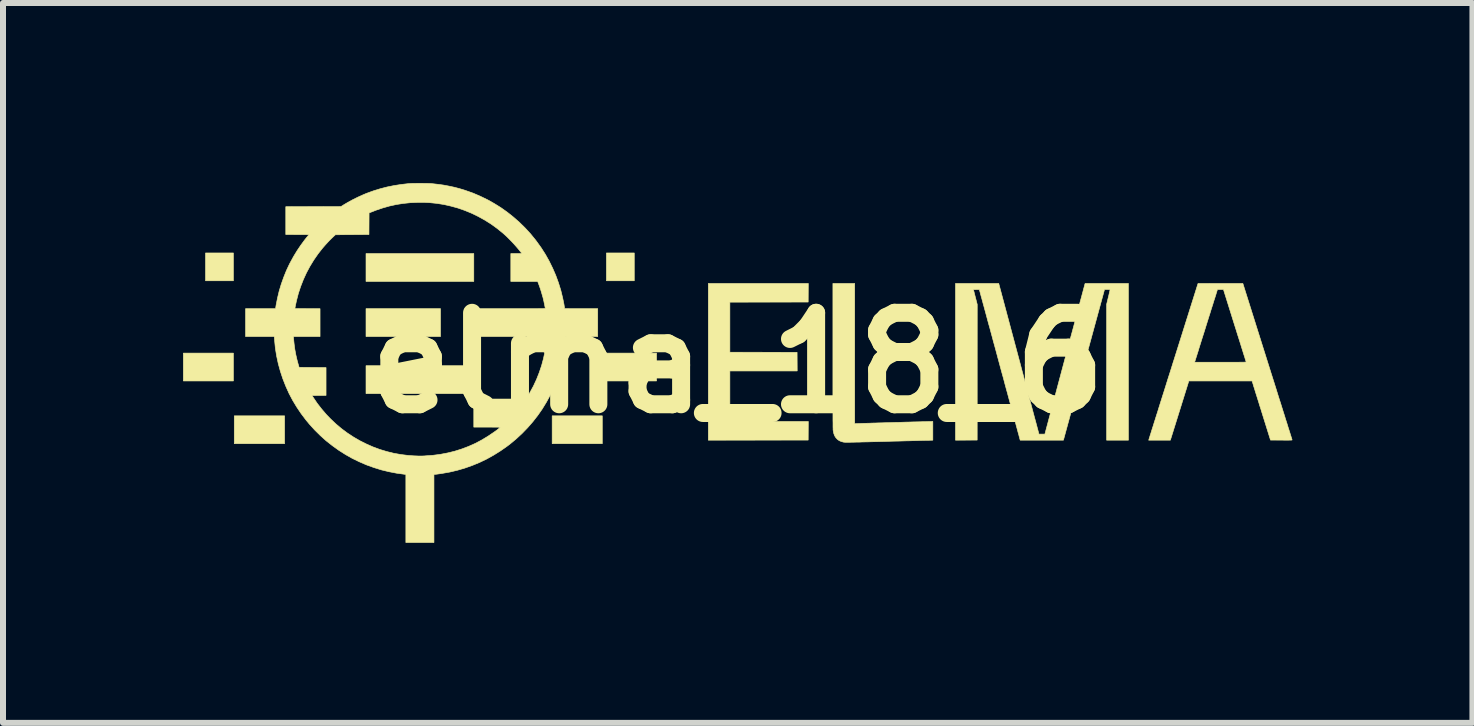
<source format=kicad_pcb>
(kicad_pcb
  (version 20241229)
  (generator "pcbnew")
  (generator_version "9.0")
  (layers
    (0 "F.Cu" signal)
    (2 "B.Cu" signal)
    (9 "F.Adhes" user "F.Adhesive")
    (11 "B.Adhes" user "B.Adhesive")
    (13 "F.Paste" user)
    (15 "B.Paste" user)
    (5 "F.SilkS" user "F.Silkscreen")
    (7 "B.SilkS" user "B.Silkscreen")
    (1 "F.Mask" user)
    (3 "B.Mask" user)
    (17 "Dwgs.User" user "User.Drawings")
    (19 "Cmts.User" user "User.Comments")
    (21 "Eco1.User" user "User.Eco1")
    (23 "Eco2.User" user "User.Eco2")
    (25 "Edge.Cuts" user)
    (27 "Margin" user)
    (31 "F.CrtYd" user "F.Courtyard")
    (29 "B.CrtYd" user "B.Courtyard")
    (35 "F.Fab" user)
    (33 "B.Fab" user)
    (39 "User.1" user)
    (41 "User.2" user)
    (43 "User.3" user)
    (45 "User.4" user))
  (footprint "elma_18_6"
    (layer "F.Cu")
    (at 9.243 2.997)
    (property "Reference" "elma_18_6" (at 0 0 0) (layer "F.SilkS") (effects (font (size 1.524 1.524) (thickness 0.3))))
    (attr through_hole)
    (fp_poly (pts (xy -8.404 -1.368) (xy -8.868 -1.368) (xy -8.868 -1.832) (xy -8.404 -1.832) (xy -8.404 -1.368)) (stroke (width 0.01) (type solid)) (fill yes) (layer "F.SilkS"))
    (fp_poly (pts (xy -8.404 0.301) (xy -9.238 0.301) (xy -9.238 -0.163) (xy -8.404 -0.163) (xy -8.404 0.301)) (stroke (width 0.01) (type solid)) (fill yes) (layer "F.SilkS"))
    (fp_poly (pts (xy -7.551 1.346) (xy -8.389 1.346) (xy -8.389 0.882) (xy -7.551 0.882) (xy -7.551 1.346)) (stroke (width 0.01) (type solid)) (fill yes) (layer "F.SilkS"))
    (fp_poly (pts (xy -4.953 -0.439) (xy -6.194 -0.439) (xy -6.194 -0.904) (xy -4.953 -0.904) (xy -4.953 -0.439)) (stroke (width 0.01) (type solid)) (fill yes) (layer "F.SilkS"))
    (fp_poly (pts (xy -4.398 -1.357) (xy -6.194 -1.357) (xy -6.194 -1.822) (xy -4.398 -1.822) (xy -4.398 -1.357)) (stroke (width 0.01) (type solid)) (fill yes) (layer "F.SilkS"))
    (fp_poly (pts (xy -4.398 0.512) (xy -6.194 0.512) (xy -6.194 0.047) (xy -4.398 0.047) (xy -4.398 0.512)) (stroke (width 0.01) (type solid)) (fill yes) (layer "F.SilkS"))
    (fp_poly (pts (xy -2.257 1.346) (xy -3.092 1.346) (xy -3.092 0.882) (xy -2.257 0.882) (xy -2.257 1.346)) (stroke (width 0.01) (type solid)) (fill yes) (layer "F.SilkS"))
    (fp_poly (pts (xy -1.724 -1.368) (xy -2.188 -1.368) (xy -2.188 -1.832) (xy -1.724 -1.832) (xy -1.724 -1.368)) (stroke (width 0.01) (type solid)) (fill yes) (layer "F.SilkS"))
    (fp_poly (pts (xy -1.353 0.301) (xy -2.188 0.301) (xy -2.188 -0.163) (xy -1.353 -0.163) (xy -1.353 0.301)) (stroke (width 0.01) (type solid)) (fill yes) (layer "F.SilkS"))
    (fp_poly (pts (xy 1.175 -1.169) (xy 1.174 -1.014) (xy 0.522 -1.013) (xy -0.131 -1.012) (xy -0.131 -0.178) (xy 0.429 -0.177) (xy 0.989 -0.176) (xy 0.99 -0.021) (xy 0.991 0.134) (xy -0.131 0.134) (xy -0.131 0.976) (xy 1.176 0.976) (xy 1.175 1.131) (xy 1.174 1.286) (xy 0.342 1.287) (xy -0.49 1.288) (xy -0.49 -1.324) (xy 1.176 -1.324) (xy 1.175 -1.169)) (stroke (width 0.01) (type solid)) (fill yes) (layer "F.SilkS"))
    (fp_poly (pts (xy 1.949 1.013) (xy 2.004 1.011) (xy 2.014 1.01) (xy 2.031 1.01) (xy 2.054 1.009) (xy 2.082 1.008) (xy 2.116 1.007) (xy 2.154 1.006) (xy 2.196 1.005) (xy 2.242 1.003) (xy 2.292 1.002) (xy 2.344 1) (xy 2.398 0.999) (xy 2.454 0.997) (xy 2.511 0.996) (xy 2.569 0.994) (xy 2.628 0.992) (xy 2.686 0.991) (xy 2.744 0.989) (xy 2.801 0.987) (xy 2.856 0.986) (xy 2.91 0.984) (xy 2.961 0.983) (xy 3.008 0.982) (xy 3.053 0.981) (xy 3.093 0.979) (xy 3.13 0.979) (xy 3.161 0.978) (xy 3.187 0.977) (xy 3.207 0.977) (xy 3.221 0.976) (xy 3.228 0.976) (xy 3.229 0.976) (xy 3.251 0.976) (xy 3.251 1.288) (xy 3.241 1.288) (xy 3.237 1.288) (xy 3.225 1.289) (xy 3.207 1.289) (xy 3.183 1.29) (xy 3.153 1.29) (xy 3.117 1.291) (xy 3.077 1.292) (xy 3.031 1.293) (xy 2.982 1.295) (xy 2.928 1.296) (xy 2.871 1.298) (xy 2.81 1.299) (xy 2.746 1.301) (xy 2.68 1.303) (xy 2.612 1.304) (xy 2.542 1.306) (xy 2.455 1.309) (xy 2.375 1.311) (xy 2.302 1.313) (xy 2.236 1.314) (xy 2.175 1.316) (xy 2.12 1.317) (xy 2.07 1.318) (xy 2.026 1.32) (xy 1.986 1.32) (xy 1.951 1.321) (xy 1.921 1.322) (xy 1.894 1.322) (xy 1.87 1.323) (xy 1.85 1.323) (xy 1.833 1.323) (xy 1.819 1.323) (xy 1.807 1.323) (xy 1.797 1.323) (xy 1.789 1.323) (xy 1.782 1.322) (xy 1.777 1.322) (xy 1.772 1.322) (xy 1.768 1.321) (xy 1.766 1.321) (xy 1.727 1.311) (xy 1.692 1.296) (xy 1.662 1.275) (xy 1.637 1.249) (xy 1.617 1.218) (xy 1.602 1.181) (xy 1.593 1.14) (xy 1.589 1.116) (xy 1.589 1.108) (xy 1.589 1.092) (xy 1.588 1.07) (xy 1.588 1.04) (xy 1.588 1.003) (xy 1.587 0.959) (xy 1.587 0.908) (xy 1.587 0.849) (xy 1.587 0.783) (xy 1.586 0.71) (xy 1.586 0.63) (xy 1.586 0.542) (xy 1.586 0.447) (xy 1.586 0.345) (xy 1.586 0.236) (xy 1.586 0.119) (xy 1.586 -0.005) (xy 1.586 -0.124) (xy 1.586 -1.324) (xy 1.949 -1.324) (xy 1.949 1.013)) (stroke (width 0.01) (type solid)) (fill yes) (layer "F.SilkS"))
    (fp_poly (pts (xy 4.681 -0.083) (xy 4.706 0.01) (xy 4.73 0.102) (xy 4.754 0.191) (xy 4.777 0.278) (xy 4.8 0.363) (xy 4.821 0.445) (xy 4.842 0.523) (xy 4.863 0.599) (xy 4.882 0.671) (xy 4.9 0.739) (xy 4.917 0.803) (xy 4.933 0.863) (xy 4.948 0.919) (xy 4.962 0.97) (xy 4.974 1.015) (xy 4.985 1.056) (xy 4.994 1.091) (xy 5.002 1.12) (xy 5.008 1.143) (xy 5.012 1.159) (xy 5.015 1.17) (xy 5.016 1.173) (xy 5.019 1.187) (xy 5.069 1.187) (xy 5.118 1.187) (xy 5.448 -0.05) (xy 5.473 -0.143) (xy 5.497 -0.234) (xy 5.521 -0.323) (xy 5.544 -0.41) (xy 5.567 -0.495) (xy 5.589 -0.576) (xy 5.61 -0.655) (xy 5.63 -0.731) (xy 5.649 -0.803) (xy 5.667 -0.871) (xy 5.684 -0.936) (xy 5.7 -0.996) (xy 5.715 -1.051) (xy 5.729 -1.102) (xy 5.741 -1.148) (xy 5.752 -1.188) (xy 5.761 -1.223) (xy 5.769 -1.252) (xy 5.775 -1.275) (xy 5.78 -1.292) (xy 5.782 -1.302) (xy 5.783 -1.305) (xy 5.789 -1.324) (xy 6.51 -1.324) (xy 6.51 1.288) (xy 6.147 1.288) (xy 6.147 -0.976) (xy 6.176 -1.096) (xy 6.183 -1.124) (xy 6.189 -1.151) (xy 6.194 -1.174) (xy 6.199 -1.193) (xy 6.202 -1.208) (xy 6.204 -1.217) (xy 6.205 -1.219) (xy 6.201 -1.221) (xy 6.192 -1.222) (xy 6.177 -1.223) (xy 6.158 -1.223) (xy 6.112 -1.223) (xy 5.427 1.288) (xy 4.707 1.288) (xy 4.699 1.26) (xy 4.698 1.254) (xy 4.695 1.242) (xy 4.689 1.223) (xy 4.683 1.198) (xy 4.674 1.167) (xy 4.664 1.13) (xy 4.653 1.088) (xy 4.64 1.041) (xy 4.626 0.988) (xy 4.61 0.931) (xy 4.594 0.87) (xy 4.576 0.804) (xy 4.557 0.735) (xy 4.537 0.662) (xy 4.516 0.585) (xy 4.495 0.506) (xy 4.472 0.423) (xy 4.449 0.338) (xy 4.426 0.25) (xy 4.401 0.161) (xy 4.376 0.069) (xy 4.359 0.005) (xy 4.334 -0.087) (xy 4.31 -0.177) (xy 4.286 -0.266) (xy 4.262 -0.352) (xy 4.24 -0.435) (xy 4.218 -0.516) (xy 4.197 -0.594) (xy 4.176 -0.668) (xy 4.157 -0.739) (xy 4.139 -0.806) (xy 4.122 -0.869) (xy 4.106 -0.928) (xy 4.091 -0.982) (xy 4.078 -1.031) (xy 4.066 -1.075) (xy 4.055 -1.114) (xy 4.046 -1.147) (xy 4.039 -1.175) (xy 4.033 -1.196) (xy 4.029 -1.211) (xy 4.026 -1.22) (xy 4.026 -1.222) (xy 4.022 -1.222) (xy 4.013 -1.222) (xy 3.998 -1.222) (xy 3.981 -1.222) (xy 3.976 -1.222) (xy 3.928 -1.221) (xy 3.959 -1.098) (xy 3.991 -0.974) (xy 3.99 1.286) (xy 3.809 1.287) (xy 3.629 1.288) (xy 3.629 -1.324) (xy 4.349 -1.324) (xy 4.681 -0.083)) (stroke (width 0.01) (type solid)) (fill yes) (layer "F.SilkS"))
    (fp_poly (pts (xy 8.826 -0.025) (xy 8.856 0.07) (xy 8.885 0.163) (xy 8.914 0.254) (xy 8.942 0.342) (xy 8.969 0.428) (xy 8.995 0.512) (xy 9.02 0.592) (xy 9.045 0.669) (xy 9.068 0.743) (xy 9.09 0.813) (xy 9.111 0.879) (xy 9.13 0.941) (xy 9.149 0.999) (xy 9.165 1.052) (xy 9.18 1.1) (xy 9.194 1.143) (xy 9.206 1.181) (xy 9.216 1.213) (xy 9.224 1.239) (xy 9.231 1.26) (xy 9.235 1.273) (xy 9.237 1.281) (xy 9.237 1.282) (xy 9.238 1.283) (xy 9.237 1.284) (xy 9.234 1.285) (xy 9.229 1.286) (xy 9.221 1.287) (xy 9.21 1.287) (xy 9.195 1.287) (xy 9.175 1.288) (xy 9.15 1.288) (xy 9.119 1.288) (xy 9.082 1.287) (xy 9.059 1.287) (xy 8.878 1.286) (xy 8.735 0.829) (xy 8.718 0.773) (xy 8.7 0.718) (xy 8.684 0.665) (xy 8.668 0.614) (xy 8.653 0.566) (xy 8.639 0.522) (xy 8.626 0.481) (xy 8.615 0.444) (xy 8.605 0.412) (xy 8.596 0.385) (xy 8.59 0.363) (xy 8.585 0.347) (xy 8.582 0.338) (xy 8.582 0.337) (xy 8.57 0.301) (xy 8.044 0.301) (xy 7.517 0.301) (xy 7.363 0.795) (xy 7.209 1.288) (xy 6.848 1.288) (xy 6.855 1.265) (xy 6.856 1.26) (xy 6.86 1.249) (xy 6.866 1.23) (xy 6.873 1.206) (xy 6.883 1.176) (xy 6.894 1.14) (xy 6.907 1.098) (xy 6.922 1.052) (xy 6.938 1) (xy 6.956 0.944) (xy 6.975 0.883) (xy 6.996 0.818) (xy 7.017 0.749) (xy 7.04 0.676) (xy 7.064 0.6) (xy 7.089 0.521) (xy 7.115 0.439) (xy 7.142 0.353) (xy 7.169 0.266) (xy 7.198 0.176) (xy 7.227 0.084) (xy 7.256 -0.009) (xy 7.257 -0.011) (xy 7.613 -0.011) (xy 8.043 -0.011) (xy 8.109 -0.011) (xy 8.168 -0.011) (xy 8.22 -0.011) (xy 8.266 -0.011) (xy 8.307 -0.011) (xy 8.342 -0.011) (xy 8.372 -0.012) (xy 8.397 -0.012) (xy 8.418 -0.012) (xy 8.434 -0.012) (xy 8.448 -0.013) (xy 8.458 -0.013) (xy 8.465 -0.014) (xy 8.469 -0.015) (xy 8.472 -0.015) (xy 8.472 -0.016) (xy 8.471 -0.02) (xy 8.468 -0.031) (xy 8.462 -0.047) (xy 8.455 -0.07) (xy 8.447 -0.098) (xy 8.436 -0.131) (xy 8.424 -0.169) (xy 8.411 -0.212) (xy 8.396 -0.258) (xy 8.381 -0.308) (xy 8.364 -0.362) (xy 8.346 -0.419) (xy 8.327 -0.478) (xy 8.308 -0.54) (xy 8.288 -0.603) (xy 8.282 -0.622) (xy 8.094 -1.223) (xy 8.044 -1.223) (xy 7.994 -1.223) (xy 7.976 -1.166) (xy 7.973 -1.156) (xy 7.968 -1.139) (xy 7.961 -1.117) (xy 7.952 -1.088) (xy 7.941 -1.055) (xy 7.929 -1.017) (xy 7.916 -0.974) (xy 7.901 -0.928) (xy 7.885 -0.878) (xy 7.869 -0.825) (xy 7.851 -0.769) (xy 7.833 -0.711) (xy 7.814 -0.651) (xy 7.795 -0.59) (xy 7.789 -0.57) (xy 7.77 -0.509) (xy 7.751 -0.45) (xy 7.733 -0.393) (xy 7.716 -0.339) (xy 7.7 -0.288) (xy 7.685 -0.24) (xy 7.672 -0.196) (xy 7.659 -0.156) (xy 7.648 -0.12) (xy 7.638 -0.089) (xy 7.63 -0.064) (xy 7.624 -0.044) (xy 7.619 -0.03) (xy 7.617 -0.022) (xy 7.616 -0.021) (xy 7.613 -0.011) (xy 7.257 -0.011) (xy 7.266 -0.04) (xy 7.67 -1.323) (xy 8.043 -1.324) (xy 8.417 -1.324) (xy 8.826 -0.025)) (stroke (width 0.01) (type solid)) (fill yes) (layer "F.SilkS"))
    (fp_poly (pts (xy -5.262 -2.992) (xy -5.224 -2.991) (xy -5.188 -2.991) (xy -5.156 -2.99) (xy -5.127 -2.989) (xy -5.105 -2.988) (xy -5.096 -2.987) (xy -4.997 -2.976) (xy -4.902 -2.963) (xy -4.812 -2.946) (xy -4.723 -2.927) (xy -4.636 -2.904) (xy -4.547 -2.877) (xy -4.536 -2.873) (xy -4.411 -2.829) (xy -4.29 -2.777) (xy -4.172 -2.72) (xy -4.058 -2.656) (xy -3.947 -2.587) (xy -3.84 -2.511) (xy -3.737 -2.429) (xy -3.638 -2.342) (xy -3.544 -2.25) (xy -3.454 -2.152) (xy -3.37 -2.049) (xy -3.354 -2.028) (xy -3.277 -1.921) (xy -3.206 -1.81) (xy -3.142 -1.696) (xy -3.084 -1.578) (xy -3.032 -1.458) (xy -2.987 -1.335) (xy -2.948 -1.209) (xy -2.917 -1.082) (xy -2.907 -1.034) (xy -2.903 -1.013) (xy -2.898 -0.99) (xy -2.894 -0.968) (xy -2.891 -0.947) (xy -2.888 -0.929) (xy -2.886 -0.916) (xy -2.885 -0.907) (xy -2.885 -0.906) (xy -2.881 -0.906) (xy -2.871 -0.905) (xy -2.855 -0.905) (xy -2.833 -0.905) (xy -2.806 -0.904) (xy -2.774 -0.904) (xy -2.739 -0.904) (xy -2.7 -0.904) (xy -2.659 -0.904) (xy -2.615 -0.904) (xy -2.609 -0.904) (xy -2.333 -0.904) (xy -2.333 -0.439) (xy -2.862 -0.439) (xy -2.864 -0.416) (xy -2.865 -0.405) (xy -2.867 -0.388) (xy -2.869 -0.368) (xy -2.871 -0.345) (xy -2.872 -0.331) (xy -2.887 -0.203) (xy -2.91 -0.075) (xy -2.939 0.051) (xy -2.975 0.176) (xy -3.018 0.299) (xy -3.068 0.419) (xy -3.124 0.537) (xy -3.186 0.651) (xy -3.254 0.762) (xy -3.256 0.766) (xy -3.332 0.875) (xy -3.414 0.98) (xy -3.501 1.08) (xy -3.593 1.175) (xy -3.69 1.265) (xy -3.792 1.35) (xy -3.846 1.391) (xy -3.955 1.467) (xy -4.067 1.537) (xy -4.182 1.601) (xy -4.3 1.658) (xy -4.421 1.708) (xy -4.545 1.752) (xy -4.671 1.789) (xy -4.798 1.819) (xy -4.928 1.842) (xy -4.946 1.845) (xy -4.969 1.848) (xy -4.991 1.851) (xy -5.012 1.854) (xy -5.028 1.856) (xy -5.036 1.856) (xy -5.062 1.859) (xy -5.062 2.994) (xy -5.53 2.994) (xy -5.53 1.859) (xy -5.553 1.856) (xy -5.684 1.838) (xy -5.813 1.813) (xy -5.941 1.782) (xy -6.066 1.743) (xy -6.188 1.699) (xy -6.308 1.647) (xy -6.425 1.59) (xy -6.538 1.526) (xy -6.648 1.456) (xy -6.754 1.38) (xy -6.857 1.299) (xy -6.955 1.211) (xy -7.048 1.119) (xy -7.137 1.021) (xy -7.195 0.951) (xy -7.275 0.845) (xy -7.349 0.735) (xy -7.417 0.622) (xy -7.478 0.506) (xy -7.532 0.386) (xy -7.58 0.264) (xy -7.621 0.14) (xy -7.656 0.013) (xy -7.684 -0.117) (xy -7.705 -0.248) (xy -7.718 -0.382) (xy -7.72 -0.404) (xy -7.722 -0.439) (xy -7.403 -0.439) (xy -7.401 -0.404) (xy -7.392 -0.316) (xy -7.38 -0.225) (xy -7.363 -0.134) (xy -7.342 -0.044) (xy -7.326 0.015) (xy -7.309 0.074) (xy -6.86 0.078) (xy -6.86 0.542) (xy -6.977 0.543) (xy -7.094 0.544) (xy -7.073 0.576) (xy -7.007 0.674) (xy -6.934 0.768) (xy -6.856 0.859) (xy -6.784 0.934) (xy -6.695 1.018) (xy -6.601 1.097) (xy -6.504 1.169) (xy -6.402 1.236) (xy -6.297 1.297) (xy -6.189 1.351) (xy -6.078 1.4) (xy -5.965 1.442) (xy -5.849 1.477) (xy -5.732 1.506) (xy -5.613 1.527) (xy -5.492 1.542) (xy -5.394 1.549) (xy -5.364 1.55) (xy -5.34 1.551) (xy -5.319 1.552) (xy -5.3 1.552) (xy -5.282 1.552) (xy -5.262 1.552) (xy -5.239 1.551) (xy -5.212 1.55) (xy -5.207 1.549) (xy -5.081 1.54) (xy -4.957 1.524) (xy -4.836 1.501) (xy -4.717 1.472) (xy -4.6 1.435) (xy -4.486 1.392) (xy -4.374 1.342) (xy -4.266 1.285) (xy -4.16 1.221) (xy -4.057 1.151) (xy -4.012 1.119) (xy -3.996 1.106) (xy -3.981 1.094) (xy -3.969 1.085) (xy -3.961 1.078) (xy -3.959 1.076) (xy -3.958 1.074) (xy -3.96 1.074) (xy -3.965 1.073) (xy -3.972 1.072) (xy -3.983 1.072) (xy -3.998 1.071) (xy -4.018 1.071) (xy -4.042 1.071) (xy -4.072 1.071) (xy -4.109 1.07) (xy -4.151 1.07) (xy -4.176 1.07) (xy -4.398 1.07) (xy -4.398 0.602) (xy -3.571 0.602) (xy -3.57 0.632) (xy -3.569 0.661) (xy -3.528 0.6) (xy -3.463 0.494) (xy -3.404 0.386) (xy -3.352 0.274) (xy -3.307 0.16) (xy -3.268 0.044) (xy -3.236 -0.075) (xy -3.211 -0.197) (xy -3.193 -0.321) (xy -3.184 -0.409) (xy -3.182 -0.439) (xy -4.547 -0.439) (xy -4.547 -0.904) (xy -3.877 -0.904) (xy -3.795 -0.904) (xy -3.719 -0.904) (xy -3.65 -0.904) (xy -3.588 -0.904) (xy -3.531 -0.904) (xy -3.48 -0.904) (xy -3.435 -0.904) (xy -3.395 -0.904) (xy -3.36 -0.904) (xy -3.329 -0.904) (xy -3.303 -0.905) (xy -3.28 -0.905) (xy -3.261 -0.905) (xy -3.246 -0.905) (xy -3.234 -0.906) (xy -3.224 -0.906) (xy -3.217 -0.907) (xy -3.212 -0.907) (xy -3.209 -0.908) (xy -3.208 -0.909) (xy -3.208 -0.909) (xy -3.208 -0.915) (xy -3.21 -0.928) (xy -3.214 -0.945) (xy -3.217 -0.964) (xy -3.222 -0.986) (xy -3.227 -1.009) (xy -3.231 -1.03) (xy -3.236 -1.05) (xy -3.237 -1.054) (xy -3.245 -1.089) (xy -3.256 -1.126) (xy -3.267 -1.165) (xy -3.279 -1.205) (xy -3.292 -1.244) (xy -3.304 -1.279) (xy -3.316 -1.311) (xy -3.326 -1.338) (xy -3.327 -1.34) (xy -3.334 -1.357) (xy -3.781 -1.357) (xy -3.781 -1.822) (xy -3.595 -1.822) (xy -3.62 -1.853) (xy -3.651 -1.892) (xy -3.687 -1.934) (xy -3.725 -1.977) (xy -3.765 -2.02) (xy -3.806 -2.062) (xy -3.846 -2.102) (xy -3.885 -2.138) (xy -3.918 -2.167) (xy -4.015 -2.245) (xy -4.115 -2.317) (xy -4.219 -2.382) (xy -4.326 -2.441) (xy -4.435 -2.494) (xy -4.547 -2.54) (xy -4.661 -2.58) (xy -4.777 -2.612) (xy -4.895 -2.639) (xy -5.014 -2.658) (xy -5.135 -2.67) (xy -5.216 -2.674) (xy -5.339 -2.674) (xy -5.458 -2.669) (xy -5.575 -2.657) (xy -5.689 -2.639) (xy -5.803 -2.614) (xy -5.915 -2.582) (xy -6.028 -2.544) (xy -6.073 -2.526) (xy -6.143 -2.499) (xy -6.144 -2.319) (xy -6.145 -2.139) (xy -6.425 -2.137) (xy -6.704 -2.135) (xy -6.748 -2.094) (xy -6.775 -2.068) (xy -6.805 -2.038) (xy -6.836 -2.005) (xy -6.867 -1.971) (xy -6.896 -1.938) (xy -6.917 -1.914) (xy -6.994 -1.816) (xy -7.064 -1.715) (xy -7.128 -1.61) (xy -7.186 -1.502) (xy -7.237 -1.391) (xy -7.282 -1.276) (xy -7.321 -1.159) (xy -7.352 -1.039) (xy -7.373 -0.942) (xy -7.379 -0.905) (xy -7.169 -0.904) (xy -6.96 -0.903) (xy -6.96 -0.439) (xy -7.403 -0.439) (xy -7.722 -0.439) (xy -8.201 -0.439) (xy -8.201 -0.904) (xy -7.701 -0.904) (xy -7.692 -0.964) (xy -7.669 -1.08) (xy -7.641 -1.197) (xy -7.606 -1.313) (xy -7.565 -1.428) (xy -7.52 -1.54) (xy -7.469 -1.648) (xy -7.453 -1.678) (xy -7.4 -1.775) (xy -7.342 -1.87) (xy -7.28 -1.962) (xy -7.216 -2.049) (xy -7.177 -2.098) (xy -7.145 -2.137) (xy -7.338 -2.138) (xy -7.531 -2.139) (xy -7.531 -2.603) (xy -6.611 -2.605) (xy -6.569 -2.632) (xy -6.493 -2.677) (xy -6.412 -2.721) (xy -6.329 -2.762) (xy -6.245 -2.8) (xy -6.186 -2.825) (xy -6.073 -2.866) (xy -5.96 -2.901) (xy -5.844 -2.931) (xy -5.726 -2.955) (xy -5.603 -2.974) (xy -5.488 -2.987) (xy -5.468 -2.988) (xy -5.442 -2.99) (xy -5.411 -2.991) (xy -5.377 -2.991) (xy -5.34 -2.992) (xy -5.301 -2.992) (xy -5.262 -2.992)) (stroke (width 0.01) (type solid)) (fill yes) (layer "F.SilkS")))
  (gr_rect
    (start -3 -3)
    (end 21.486 8.995)
    (stroke (width 0.1) (type default))
    (fill no)
    (layer "Edge.Cuts")))
</source>
